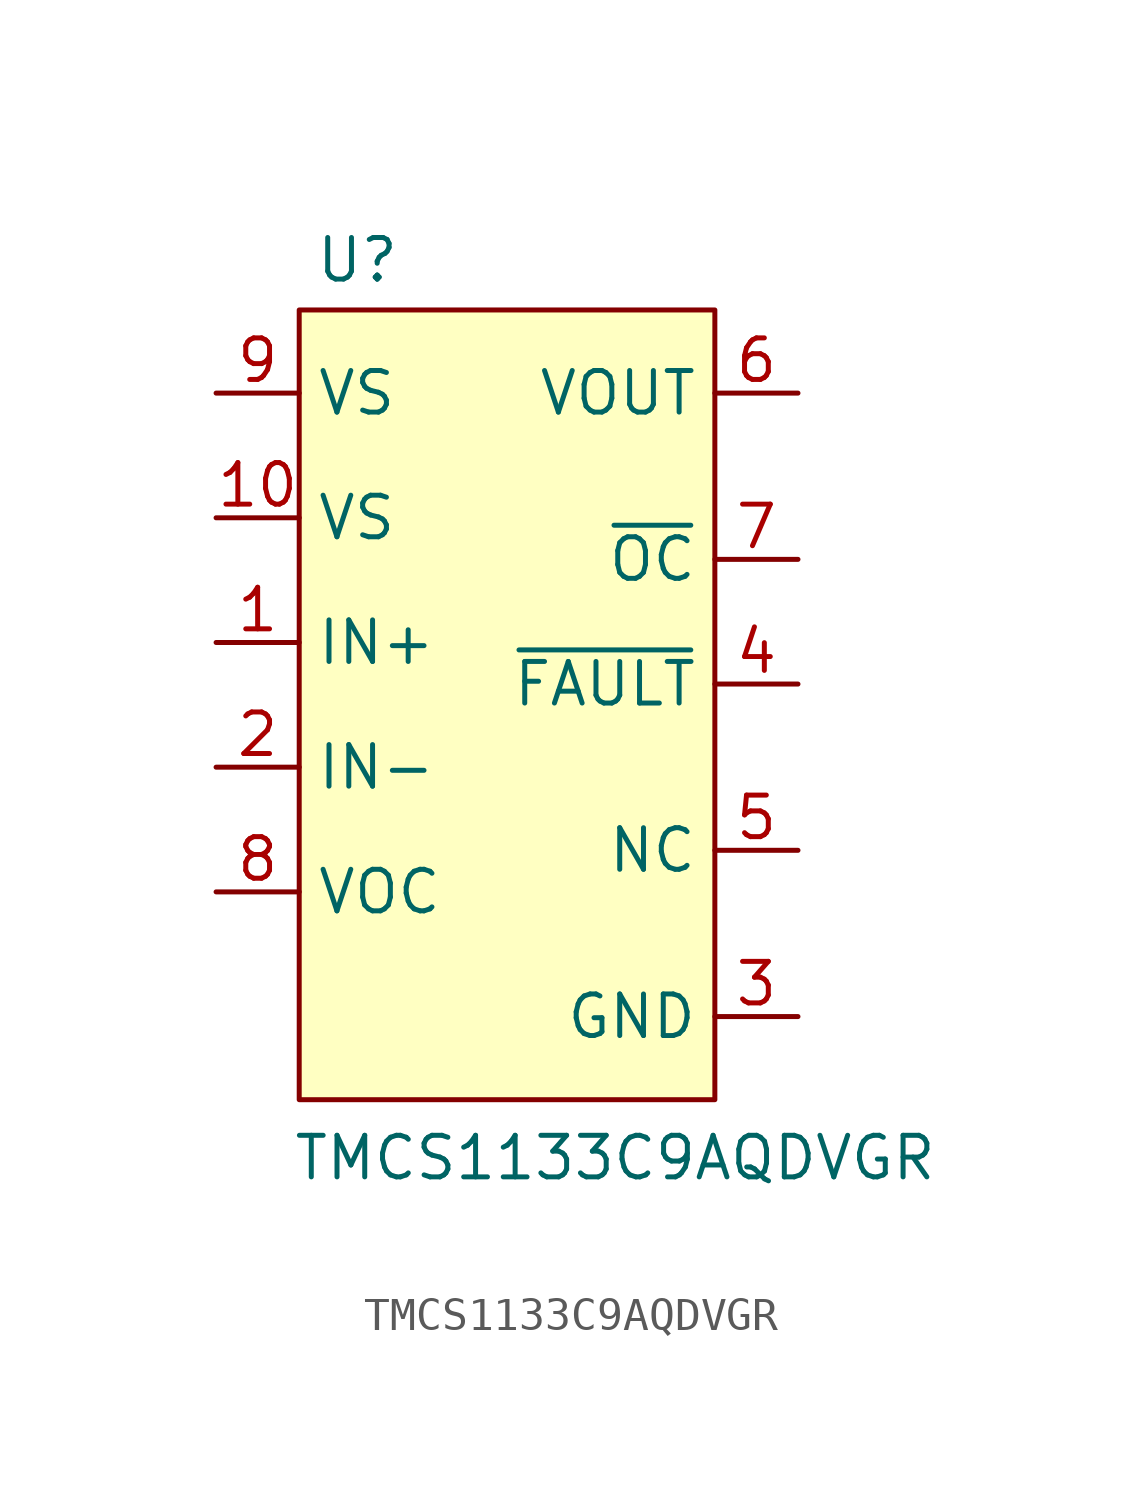
<source format=kicad_sym>
(kicad_symbol_lib
  (version 20231120)
  (generator "kicad_symbol_editor")
  (generator_version "8.0")
  (symbol "TMCS1133C9AQDVGR"
    (property "Reference" "U"
      (at 1.778 0.254 0)
      (effects (font (size 1.27 1.27))))
    (property "Value" "TMCS1133C9AQDVGR"
      (at 9.652 -27.178 0)
      (effects (font (size 1.27 1.27))))
    (symbol "TMCS1133C9AQDVGR_1_1"
      (rectangle (start 0 -1.27) (end 12.7 -25.4) (stroke (width 0) (type default)) (fill (type background)))
      (pin input line (at -2.54 -11.43 0) (length 2.54) (name "IN+" (effects (font (size 1.27 1.27)))) (number "1" (effects (font (size 1.27 1.27)))))
      (pin input line (at -2.54 -7.62 0) (length 2.54) (name "VS" (effects (font (size 1.27 1.27)))) (number "10" (effects (font (size 1.27 1.27)))))
      (pin input line (at -2.54 -15.24 0) (length 2.54) (name "IN-" (effects (font (size 1.27 1.27)))) (number "2" (effects (font (size 1.27 1.27)))))
      (pin input line (at 15.24 -22.86 180) (length 2.54) (name "GND" (effects (font (size 1.27 1.27)))) (number "3" (effects (font (size 1.27 1.27)))))
      (pin input line (at 15.24 -12.7 180) (length 2.54) (name "~{FAULT}" (effects (font (size 1.27 1.27)))) (number "4" (effects (font (size 1.27 1.27)))))
      (pin input line (at 15.24 -17.78 180) (length 2.54) (name "NC" (effects (font (size 1.27 1.27)))) (number "5" (effects (font (size 1.27 1.27)))))
      (pin output line (at 15.24 -3.81 180) (length 2.54) (name "VOUT" (effects (font (size 1.27 1.27)))) (number "6" (effects (font (size 1.27 1.27)))))
      (pin input line (at 15.24 -8.89 180) (length 2.54) (name "~{OC}" (effects (font (size 1.27 1.27)))) (number "7" (effects (font (size 1.27 1.27)))))
      (pin input line (at -2.54 -19.05 0) (length 2.54) (name "VOC" (effects (font (size 1.27 1.27)))) (number "8" (effects (font (size 1.27 1.27)))))
      (pin input line (at -2.54 -3.81 0) (length 2.54) (name "VS" (effects (font (size 1.27 1.27)))) (number "9" (effects (font (size 1.27 1.27))))))))
</source>
